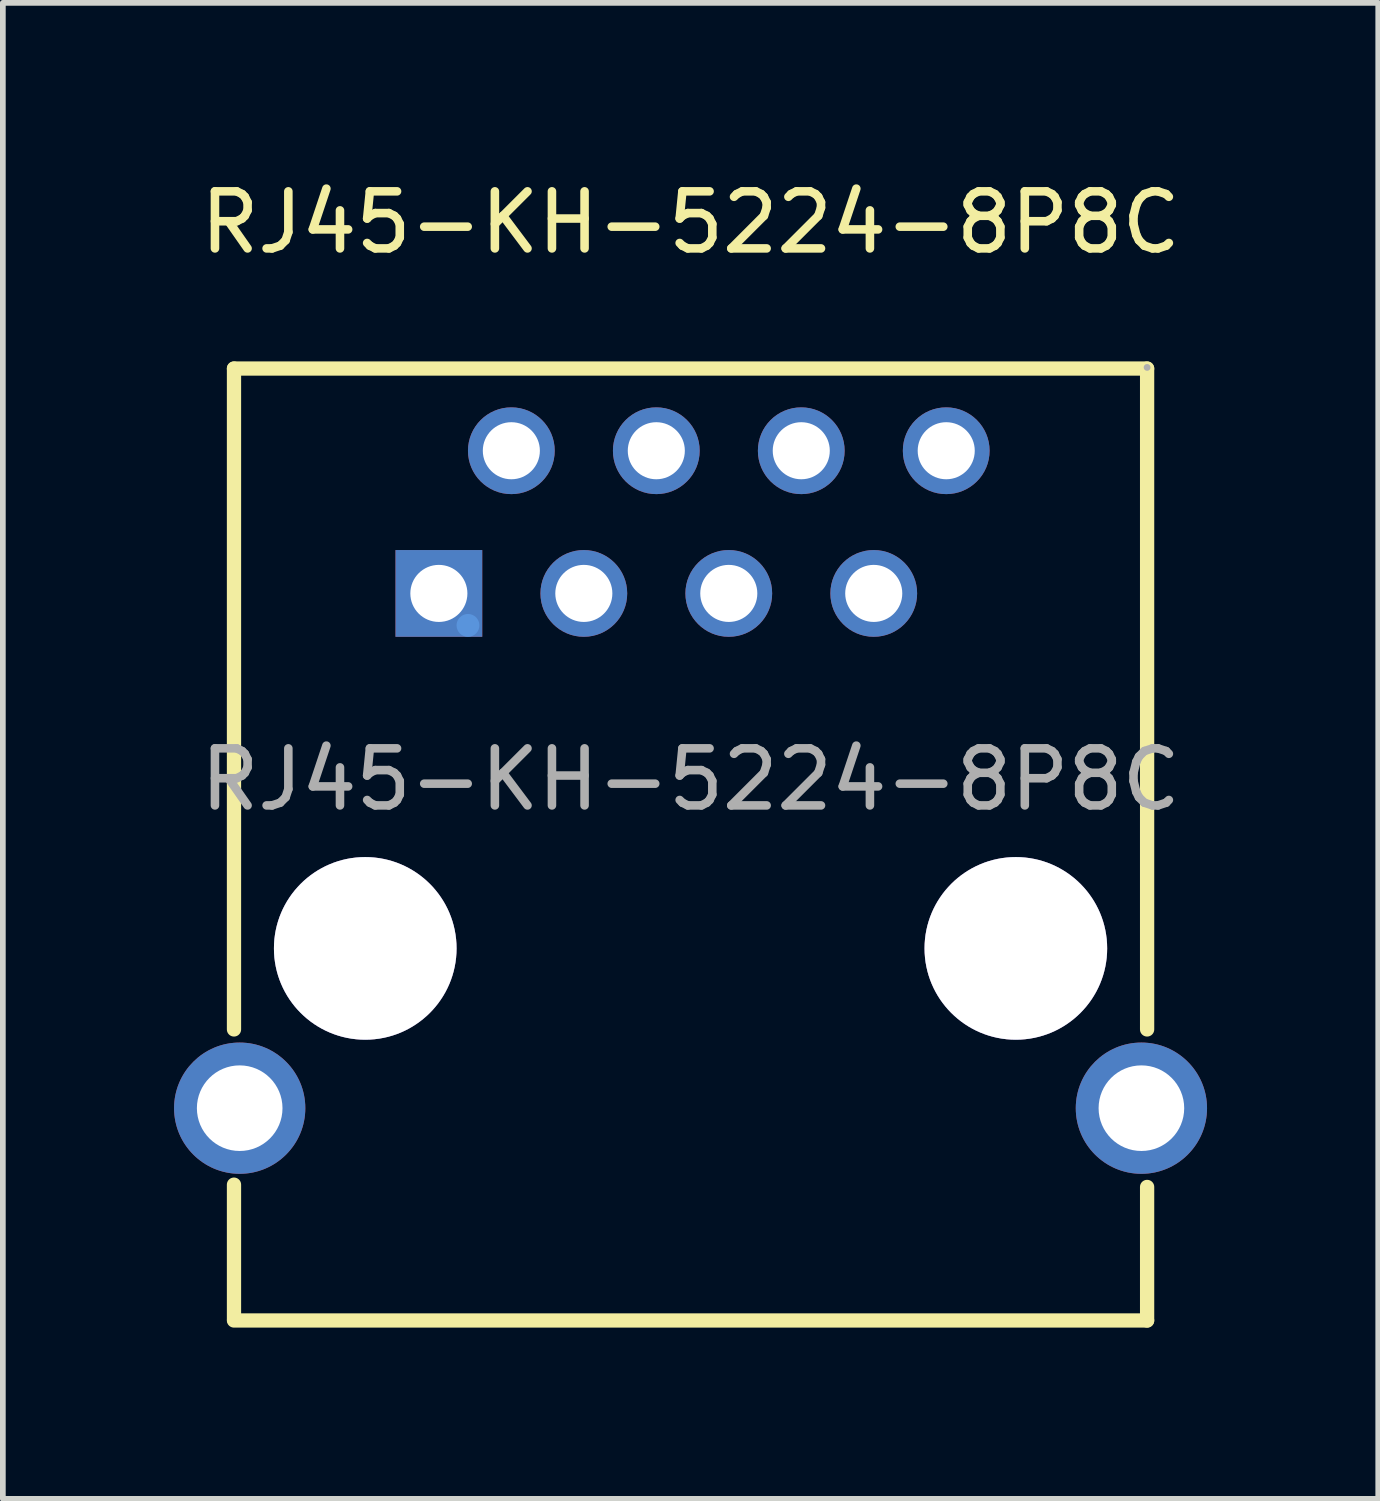
<source format=kicad_pcb>
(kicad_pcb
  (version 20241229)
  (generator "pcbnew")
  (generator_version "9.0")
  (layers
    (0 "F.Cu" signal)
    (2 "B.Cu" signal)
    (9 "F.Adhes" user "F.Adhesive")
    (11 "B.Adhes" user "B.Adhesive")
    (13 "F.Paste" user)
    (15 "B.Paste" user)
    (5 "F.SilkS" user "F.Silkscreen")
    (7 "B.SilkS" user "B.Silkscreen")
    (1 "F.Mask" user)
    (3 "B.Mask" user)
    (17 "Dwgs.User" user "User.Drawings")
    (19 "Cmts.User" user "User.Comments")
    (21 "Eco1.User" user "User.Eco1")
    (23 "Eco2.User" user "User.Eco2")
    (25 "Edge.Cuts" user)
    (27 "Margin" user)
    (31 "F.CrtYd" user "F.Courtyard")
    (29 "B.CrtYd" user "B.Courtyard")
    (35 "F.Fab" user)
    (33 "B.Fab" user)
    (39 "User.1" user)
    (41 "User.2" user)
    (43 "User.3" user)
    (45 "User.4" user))
  (footprint "RJ45-KH-5224-8P8C"
    (layer "F.Cu")
    (at 9.05 10.608)
    (property "Reference" "RJ45-KH-5224-8P8C" (at 0 -9.76 0) (layer "F.SilkS") (effects (font (size 1 1) (thickness 0.15))))
    (attr smd)
    (fp_line (start -8 -7.2) (end -8 4.38) (stroke (width 0.25) (type solid)) (layer "F.SilkS"))
    (fp_line (start -8 7.1) (end -8 9.46) (stroke (width 0.25) (type solid)) (layer "F.SilkS"))
    (fp_line (start -8 9.48) (end 8 9.48) (stroke (width 0.25) (type solid)) (layer "F.SilkS"))
    (fp_line (start 8 -7.2) (end -8 -7.2) (stroke (width 0.25) (type solid)) (layer "F.SilkS"))
    (fp_line (start 8 4.38) (end 8 -7.2) (stroke (width 0.25) (type solid)) (layer "F.SilkS"))
    (fp_line (start 8 9.48) (end 8 7.14) (stroke (width 0.25) (type solid)) (layer "F.SilkS"))
    (fp_circle (center -5.7 2.96) (end -5 2.96) (stroke (width 1.4) (type solid)) (fill no) (layer "Cmts.User"))
    (fp_circle (center -3.9 -2.7) (end -3.8 -2.7) (stroke (width 0.2) (type solid)) (fill no) (layer "Cmts.User"))
    (fp_circle (center 5.7 2.96) (end 6.4 2.96) (stroke (width 1.4) (type solid)) (fill no) (layer "Cmts.User"))
    (fp_circle (center -4.41 -3.26) (end -4.29 -3.26) (stroke (width 0.23) (type solid)) (fill no) (layer "F.Fab"))
    (fp_circle (center -3.14 -5.76) (end -3.02 -5.76) (stroke (width 0.23) (type solid)) (fill no) (layer "F.Fab"))
    (fp_circle (center -1.87 -3.26) (end -1.75 -3.26) (stroke (width 0.23) (type solid)) (fill no) (layer "F.Fab"))
    (fp_circle (center -0.6 -5.76) (end -0.48 -5.76) (stroke (width 0.23) (type solid)) (fill no) (layer "F.Fab"))
    (fp_circle (center 0.67 -3.26) (end 0.79 -3.26) (stroke (width 0.23) (type solid)) (fill no) (layer "F.Fab"))
    (fp_circle (center 1.94 -5.76) (end 2.06 -5.76) (stroke (width 0.23) (type solid)) (fill no) (layer "F.Fab"))
    (fp_circle (center 3.21 -3.26) (end 3.33 -3.26) (stroke (width 0.23) (type solid)) (fill no) (layer "F.Fab"))
    (fp_circle (center 4.48 -5.76) (end 4.6 -5.76) (stroke (width 0.23) (type solid)) (fill no) (layer "F.Fab"))
    (fp_circle (center 8 -7.22) (end 8.03 -7.22) (stroke (width 0.06) (type solid)) (fill no) (layer "F.Fab"))
    (fp_text user "${REFERENCE}" (at 0 0 0) (layer "F.Fab") (effects (font (size 1 1) (thickness 0.15))))
    (pad "" thru_hole circle (at -5.7 2.96) (size 3.2 3.2) (drill 3.2) (layers "*.Cu" "*.Mask"))
    (pad "" thru_hole circle (at 5.7 2.96) (size 3.2 3.2) (drill 3.2) (layers "*.Cu" "*.Mask"))
    (pad "1" thru_hole rect (at -4.41 -3.26) (size 1.52 1.52) (drill 1) (layers "*.Cu" "*.Paste" "*.Mask"))
    (pad "2" thru_hole circle (at -3.14 -5.76) (size 1.52 1.52) (drill 1) (layers "*.Cu" "*.Paste" "*.Mask"))
    (pad "3" thru_hole circle (at -1.87 -3.26) (size 1.52 1.52) (drill 1) (layers "*.Cu" "*.Paste" "*.Mask"))
    (pad "4" thru_hole circle (at -0.6 -5.76) (size 1.52 1.52) (drill 1) (layers "*.Cu" "*.Paste" "*.Mask"))
    (pad "5" thru_hole circle (at 0.67 -3.26) (size 1.52 1.52) (drill 1) (layers "*.Cu" "*.Paste" "*.Mask"))
    (pad "6" thru_hole circle (at 1.94 -5.76) (size 1.52 1.52) (drill 1) (layers "*.Cu" "*.Paste" "*.Mask"))
    (pad "7" thru_hole circle (at 3.21 -3.26) (size 1.52 1.52) (drill 1) (layers "*.Cu" "*.Paste" "*.Mask"))
    (pad "8" thru_hole circle (at 4.48 -5.76) (size 1.52 1.52) (drill 1) (layers "*.Cu" "*.Paste" "*.Mask"))
    (pad "9" thru_hole circle (at -7.9 5.76) (size 2.3 2.3) (drill 1.5) (layers "*.Cu" "*.Paste" "*.Mask"))
    (pad "10" thru_hole circle (at 7.9 5.76) (size 2.3 2.3) (drill 1.5) (layers "*.Cu" "*.Paste" "*.Mask")))
  (gr_rect
    (start -3 -3)
    (end 21.1 23.213)
    (stroke (width 0.1) (type default))
    (fill no)
    (layer "Edge.Cuts")))
</source>
